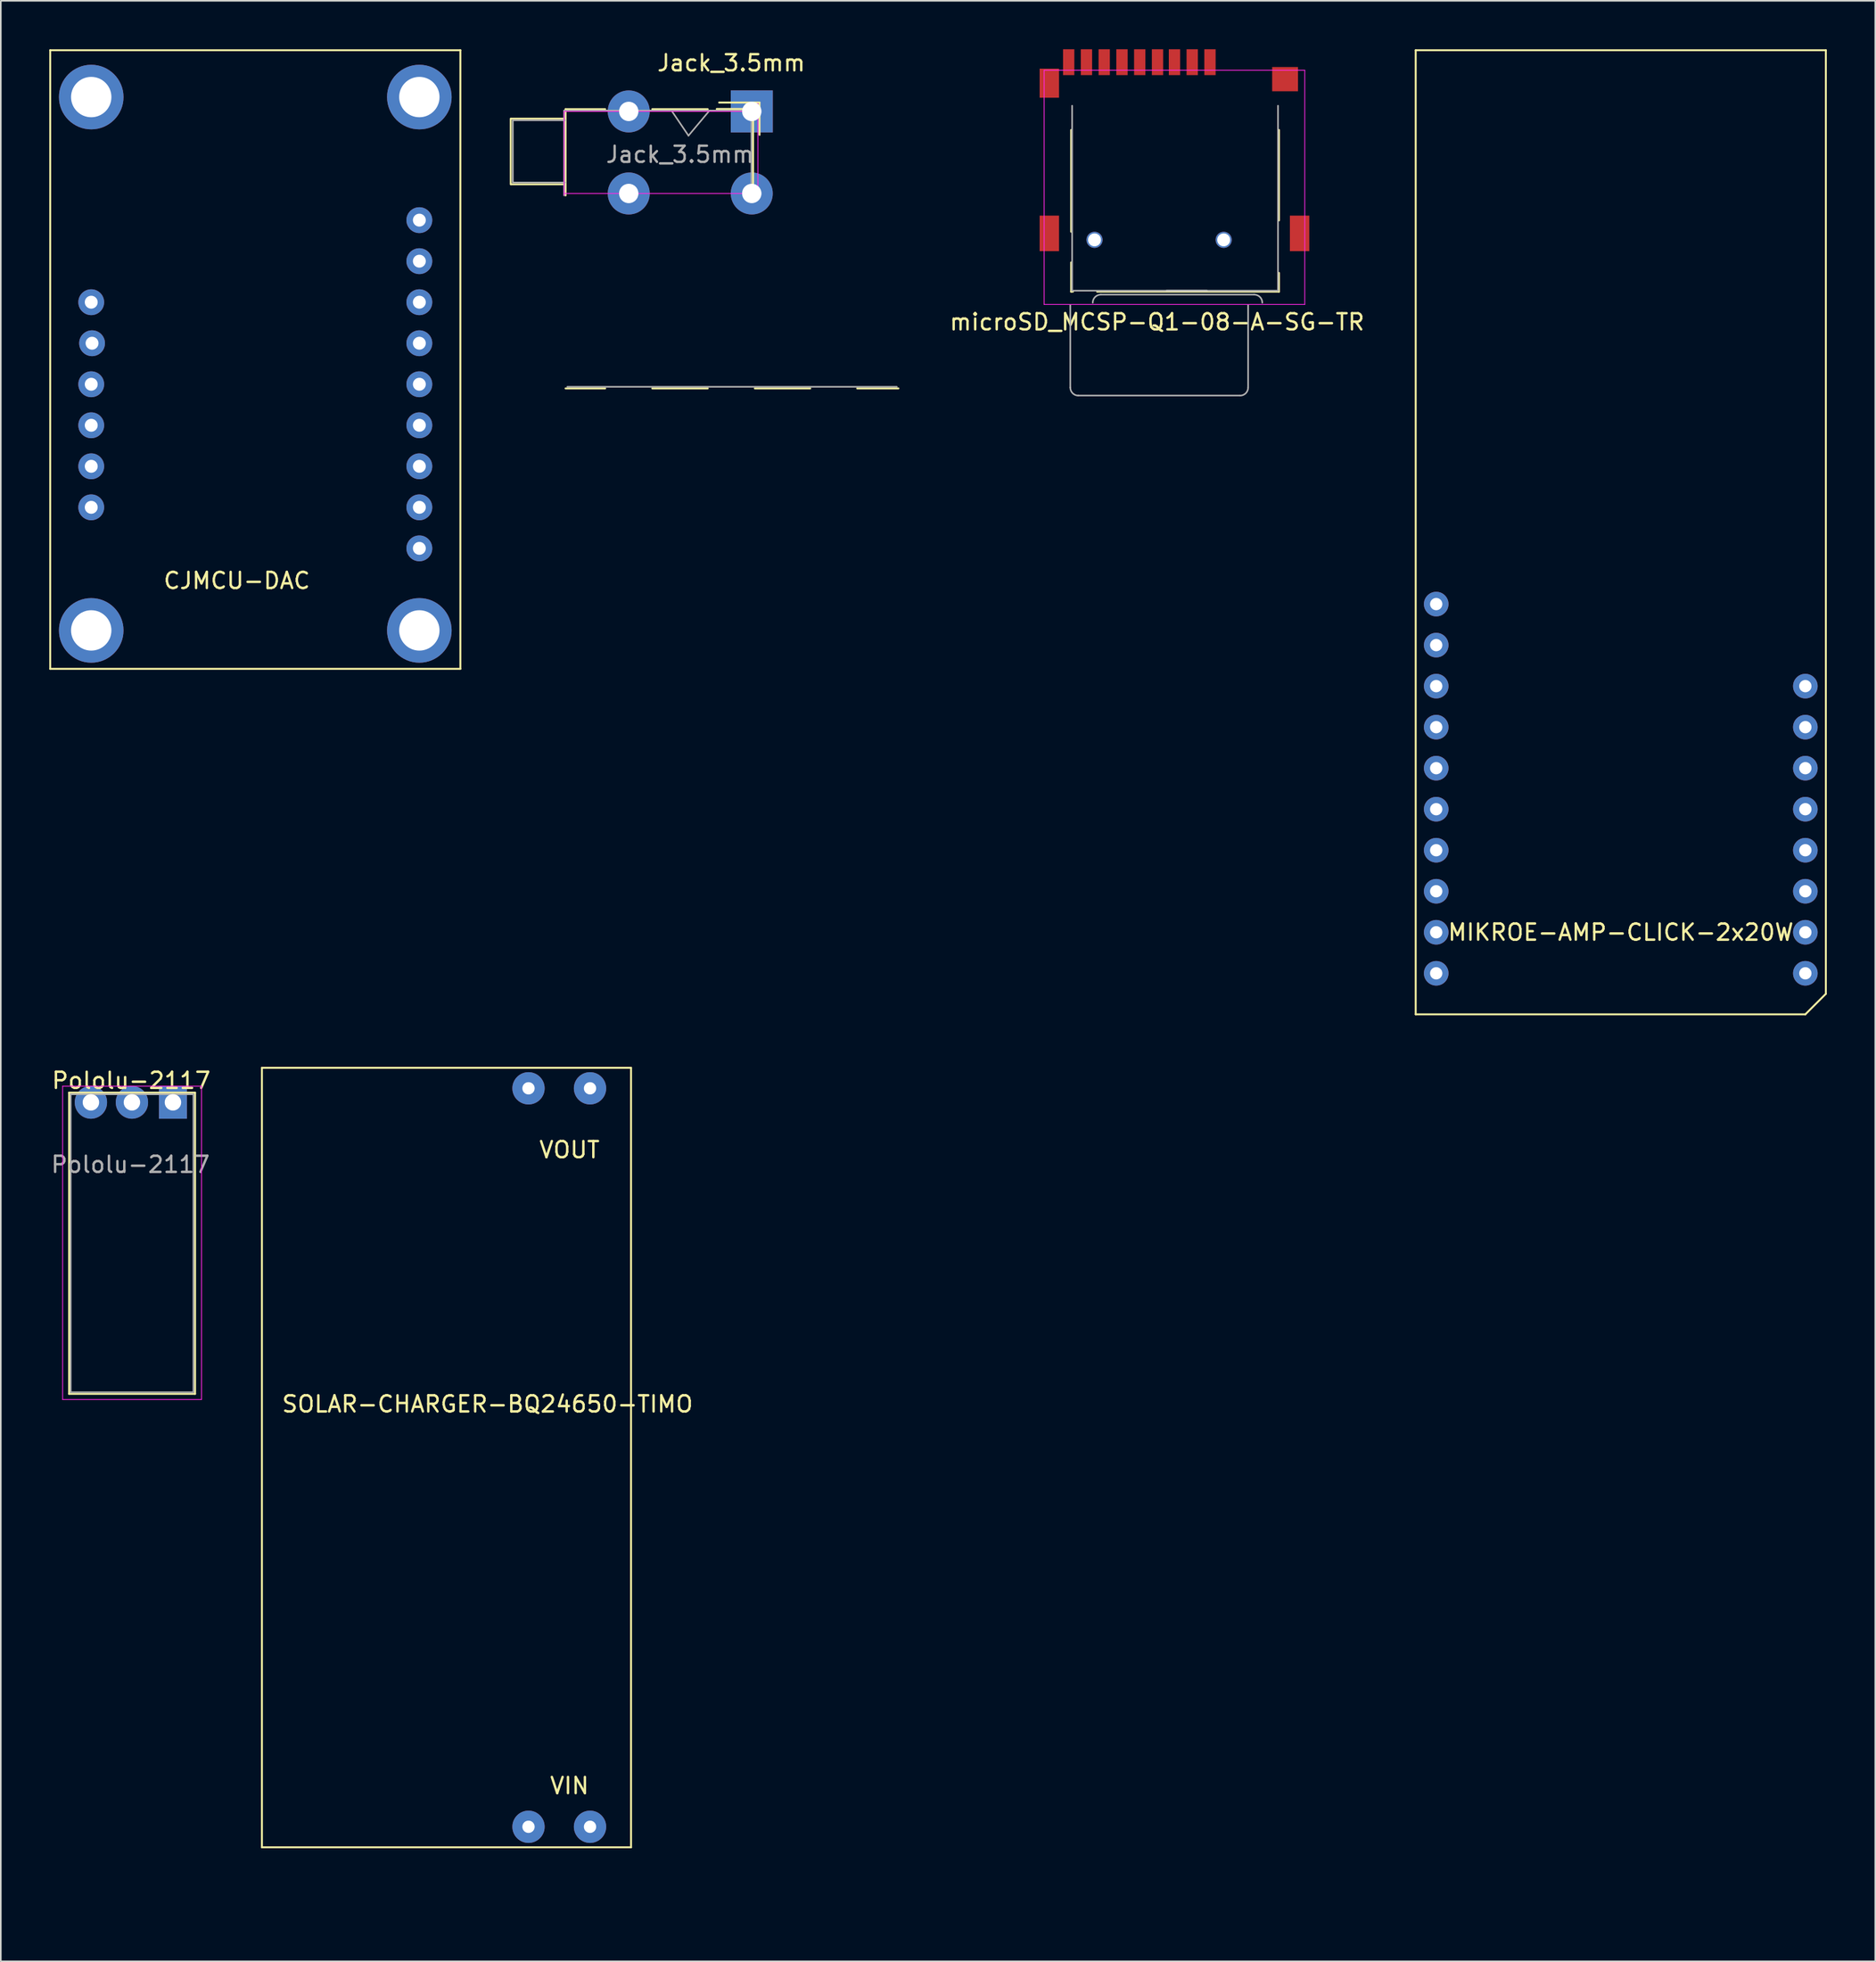
<source format=kicad_pcb>
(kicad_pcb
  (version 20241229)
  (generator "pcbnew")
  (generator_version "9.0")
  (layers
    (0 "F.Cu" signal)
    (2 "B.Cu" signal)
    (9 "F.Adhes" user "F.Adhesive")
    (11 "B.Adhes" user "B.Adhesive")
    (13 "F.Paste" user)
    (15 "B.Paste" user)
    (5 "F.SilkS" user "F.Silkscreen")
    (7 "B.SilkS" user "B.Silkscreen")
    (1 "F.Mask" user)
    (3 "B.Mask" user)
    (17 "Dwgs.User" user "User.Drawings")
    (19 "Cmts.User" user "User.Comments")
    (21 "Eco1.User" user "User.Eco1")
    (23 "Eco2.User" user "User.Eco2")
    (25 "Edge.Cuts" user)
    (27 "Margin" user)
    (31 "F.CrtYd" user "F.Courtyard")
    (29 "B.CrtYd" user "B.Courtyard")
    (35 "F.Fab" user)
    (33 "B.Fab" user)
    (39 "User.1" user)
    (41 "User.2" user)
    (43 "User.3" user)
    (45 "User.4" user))
  (footprint "MIKROE-AMP-CLICK-2x20W"
    (layer "F.Cu")
    (at 85.894 59.75)
    (property "Reference" "MIKROE-AMP-CLICK-2x20W" (at 11.43 -5.08 0) (layer "F.SilkS") (effects (font (size 1 1) (thickness 0.15))))
    (attr through_hole)
    (fp_line (start -1.27 -59.69) (end -1.27 0) (stroke (width 0.12) (type solid)) (layer "F.SilkS"))
    (fp_line (start -1.27 0) (end 22.86 0) (stroke (width 0.12) (type solid)) (layer "F.SilkS"))
    (fp_line (start 22.86 0) (end 24.13 -1.27) (stroke (width 0.12) (type solid)) (layer "F.SilkS"))
    (fp_line (start 24.13 -59.69) (end -1.27 -59.69) (stroke (width 0.12) (type solid)) (layer "F.SilkS"))
    (fp_line (start 24.13 -1.27) (end 24.13 -59.69) (stroke (width 0.12) (type solid)) (layer "F.SilkS"))
    (pad "1" thru_hole circle (at 0 -20.32) (size 1.524 1.524) (drill 0.762) (layers "*.Cu" "*.Mask"))
    (pad "2" thru_hole circle (at 0 -17.78) (size 1.524 1.524) (drill 0.762) (layers "*.Cu" "*.Mask"))
    (pad "3" thru_hole circle (at 0 -15.24) (size 1.524 1.524) (drill 0.762) (layers "*.Cu" "*.Mask"))
    (pad "4" thru_hole circle (at 0 -12.7) (size 1.524 1.524) (drill 0.762) (layers "*.Cu" "*.Mask"))
    (pad "5" thru_hole circle (at 0 -10.16) (size 1.524 1.524) (drill 0.762) (layers "*.Cu" "*.Mask"))
    (pad "6" thru_hole circle (at 0 -7.62) (size 1.524 1.524) (drill 0.762) (layers "*.Cu" "*.Mask"))
    (pad "7" thru_hole circle (at 0 -5.08) (size 1.524 1.524) (drill 0.762) (layers "*.Cu" "*.Mask"))
    (pad "8" thru_hole circle (at 0 -2.54) (size 1.524 1.524) (drill 0.762) (layers "*.Cu" "*.Mask"))
    (pad "9" thru_hole circle (at 22.86 -2.54) (size 1.524 1.524) (drill 0.762) (layers "*.Cu" "*.Mask"))
    (pad "10" thru_hole circle (at 22.86 -5.08) (size 1.524 1.524) (drill 0.762) (layers "*.Cu" "*.Mask"))
    (pad "11" thru_hole circle (at 22.86 -7.62) (size 1.524 1.524) (drill 0.762) (layers "*.Cu" "*.Mask"))
    (pad "12" thru_hole circle (at 22.86 -10.16) (size 1.524 1.524) (drill 0.762) (layers "*.Cu" "*.Mask"))
    (pad "13" thru_hole circle (at 22.86 -12.7) (size 1.524 1.524) (drill 0.762) (layers "*.Cu" "*.Mask"))
    (pad "14" thru_hole circle (at 22.86 -15.24) (size 1.524 1.524) (drill 0.762) (layers "*.Cu" "*.Mask"))
    (pad "15" thru_hole circle (at 22.86 -17.78) (size 1.524 1.524) (drill 0.762) (layers "*.Cu" "*.Mask"))
    (pad "16" thru_hole circle (at 22.86 -20.32) (size 1.524 1.524) (drill 0.762) (layers "*.Cu" "*.Mask"))
    (pad "17" thru_hole circle (at 0 -22.86) (size 1.524 1.524) (drill 0.762) (layers "*.Cu" "*.Mask"))
    (pad "18" thru_hole circle (at 0 -25.4) (size 1.524 1.524) (drill 0.762) (layers "*.Cu" "*.Mask")))
  (footprint "CJMCU-DAC"
    (layer "F.Cu")
    (at 2.6 38.36)
    (property "Reference" "CJMCU-DAC" (at 9.017 -5.461 0) (layer "F.SilkS") (effects (font (size 1 1) (thickness 0.15))))
    (attr through_hole)
    (fp_line (start -2.54 -38.3) (end -2.54 0) (stroke (width 0.12) (type solid)) (layer "F.SilkS"))
    (fp_line (start -2.54 0) (end 22.86 0) (stroke (width 0.12) (type solid)) (layer "F.SilkS"))
    (fp_line (start 22.86 -38.3) (end -2.54 -38.3) (stroke (width 0.12) (type solid)) (layer "F.SilkS"))
    (fp_line (start 22.86 0) (end 22.86 -38.3) (stroke (width 0.12) (type solid)) (layer "F.SilkS"))
    (pad "" np_thru_hole circle (at 0 -35.4) (size 4 4) (drill 2.5) (layers "*.Cu" "*.Mask"))
    (pad "" np_thru_hole circle (at 0 -2.38) (size 4 4) (drill 2.5) (layers "*.Cu" "*.Mask"))
    (pad "" np_thru_hole circle (at 20.32 -35.4) (size 4 4) (drill 2.5) (layers "*.Cu" "*.Mask"))
    (pad "" np_thru_hole circle (at 20.32 -2.38) (size 4 4) (drill 2.5) (layers "*.Cu" "*.Mask"))
    (pad "1" thru_hole circle (at 0 -22.7) (size 1.6 1.6) (drill 0.8) (layers "*.Cu" "*.Mask"))
    (pad "2" thru_hole circle (at 0.051 -20.16) (size 1.6 1.6) (drill 0.8) (layers "*.Cu" "*.Mask"))
    (pad "3" thru_hole circle (at 0 -17.62) (size 1.6 1.6) (drill 0.8) (layers "*.Cu" "*.Mask"))
    (pad "4" thru_hole circle (at 0 -15.08) (size 1.6 1.6) (drill 0.8) (layers "*.Cu" "*.Mask"))
    (pad "5" thru_hole circle (at 0 -12.54) (size 1.6 1.6) (drill 0.8) (layers "*.Cu" "*.Mask"))
    (pad "6" thru_hole circle (at 0 -10) (size 1.6 1.6) (drill 0.8) (layers "*.Cu" "*.Mask"))
    (pad "7" thru_hole circle (at 20.32 -7.46) (size 1.6 1.6) (drill 0.8) (layers "*.Cu" "*.Mask"))
    (pad "8" thru_hole circle (at 20.32 -10) (size 1.6 1.6) (drill 0.8) (layers "*.Cu" "*.Mask"))
    (pad "9" thru_hole circle (at 20.32 -12.54) (size 1.6 1.6) (drill 0.8) (layers "*.Cu" "*.Mask"))
    (pad "10" thru_hole circle (at 20.32 -15.08) (size 1.6 1.6) (drill 0.8) (layers "*.Cu" "*.Mask"))
    (pad "11" thru_hole circle (at 20.32 -17.62) (size 1.6 1.6) (drill 0.8) (layers "*.Cu" "*.Mask"))
    (pad "12" thru_hole circle (at 20.32 -20.16) (size 1.6 1.6) (drill 0.8) (layers "*.Cu" "*.Mask"))
    (pad "13" thru_hole circle (at 20.32 -22.7) (size 1.6 1.6) (drill 0.8) (layers "*.Cu" "*.Mask"))
    (pad "14" thru_hole circle (at 20.32 -25.24) (size 1.6 1.6) (drill 0.8) (layers "*.Cu" "*.Mask"))
    (pad "15" thru_hole circle (at 20.32 -27.78) (size 1.6 1.6) (drill 0.8) (layers "*.Cu" "*.Mask")))
  (footprint "microSD_MCSP-Q1-08-A-SG-TR"
    (layer "F.Cu")
    (at 69.683 11.8)
    (property "Reference" "microSD_MCSP-Q1-08-A-SG-TR" (at -1.078 5.085 180) (layer "F.SilkS") (effects (font (size 1 1) (thickness 0.15))))
    (attr smd)
    (fp_line (start -6.397 -0.503) (end -6.397 -6.803) (stroke (width 0.12) (type solid)) (layer "F.SilkS"))
    (fp_line (start -6.397 3.207) (end -6.397 1.397) (stroke (width 0.12) (type solid)) (layer "F.SilkS"))
    (fp_line (start -6.287 3.207) (end -6.397 3.207) (stroke (width 0.12) (type solid)) (layer "F.SilkS"))
    (fp_line (start 6.473 -1.203) (end 6.473 -6.803) (stroke (width 0.12) (type solid)) (layer "F.SilkS"))
    (fp_line (start 6.473 2.047) (end 6.473 3.207) (stroke (width 0.12) (type solid)) (layer "F.SilkS"))
    (fp_line (start 6.473 3.207) (end -4.787 3.207) (stroke (width 0.12) (type solid)) (layer "F.SilkS"))
    (fp_line (start -0.487 3.147) (end 2.013 3.147) (stroke (width 0.1) (type solid)) (layer "Dwgs.User"))
    (fp_line (start -8.07 -10.5) (end 8.07 -10.5) (stroke (width 0.05) (type solid)) (layer "F.CrtYd"))
    (fp_line (start -8.07 4) (end -8.07 -10.5) (stroke (width 0.05) (type solid)) (layer "F.CrtYd"))
    (fp_line (start 8.07 -10.5) (end 8.07 4) (stroke (width 0.05) (type solid)) (layer "F.CrtYd"))
    (fp_line (start 8.07 4) (end -8.07 4) (stroke (width 0.05) (type solid)) (layer "F.CrtYd"))
    (fp_line (start -6.45 4.038) (end -6.45 9.143) (stroke (width 0.1) (type solid)) (layer "F.Fab"))
    (fp_line (start -6.337 -8.303) (end -6.337 3.147) (stroke (width 0.1) (type solid)) (layer "F.Fab"))
    (fp_line (start -5.963 9.638) (end 4.037 9.638) (stroke (width 0.1) (type solid)) (layer "F.Fab"))
    (fp_line (start -4.559 3.392) (end 4.941 3.392) (stroke (width 0.1) (type solid)) (layer "F.Fab"))
    (fp_line (start 4.563 9.143) (end 4.563 4.038) (stroke (width 0.1) (type solid)) (layer "F.Fab"))
    (fp_line (start 6.413 -8.303) (end 6.413 3.147) (stroke (width 0.1) (type solid)) (layer "F.Fab"))
    (fp_line (start 6.413 3.147) (end -6.337 3.147) (stroke (width 0.1) (type solid)) (layer "F.Fab"))
    (fp_arc (start -5.9498 9.6432) (mid -6.303353 9.496753) (end -6.4498 9.1432) (stroke (width 0.1) (type solid)) (layer "F.Fab"))
    (fp_arc (start -5.0591 3.8916) (mid -4.912653 3.538047) (end -4.5591 3.3916) (stroke (width 0.1) (type solid)) (layer "F.Fab"))
    (fp_arc (start 4.5629 9.1432) (mid 4.416453 9.496753) (end 4.0629 9.6432) (stroke (width 0.1) (type solid)) (layer "F.Fab"))
    (fp_arc (start 4.9409 3.3916) (mid 5.294453 3.538047) (end 5.4409 3.8916) (stroke (width 0.1) (type solid)) (layer "F.Fab"))
    (pad "1" smd rect (at 2.2 -11 180) (size 0.7 1.6) (layers "F.Cu" "F.Mask" "F.Paste"))
    (pad "2" smd rect (at 1.1 -11 180) (size 0.7 1.6) (layers "F.Cu" "F.Mask" "F.Paste"))
    (pad "3" smd rect (at 0 -11 180) (size 0.7 1.6) (layers "F.Cu" "F.Mask" "F.Paste"))
    (pad "4" smd rect (at -1.05 -11 180) (size 0.7 1.6) (layers "F.Cu" "F.Mask" "F.Paste"))
    (pad "5" smd rect (at -2.15 -11 180) (size 0.7 1.6) (layers "F.Cu" "F.Mask" "F.Paste"))
    (pad "6" smd rect (at -3.25 -11 180) (size 0.7 1.6) (layers "F.Cu" "F.Mask" "F.Paste"))
    (pad "7" smd rect (at -4.35 -11 180) (size 0.7 1.6) (layers "F.Cu" "F.Mask" "F.Paste"))
    (pad "8" smd rect (at -5.45 -11 180) (size 0.7 1.6) (layers "F.Cu" "F.Mask" "F.Paste"))
    (pad "9" smd rect (at -6.55 -11 180) (size 0.7 1.6) (layers "F.Cu" "F.Mask" "F.Paste"))
    (pad "10" smd rect (at -7.75 -9.7 180) (size 1.2 1.8) (layers "F.Cu" "F.Mask" "F.Paste"))
    (pad "10" smd rect (at -7.75 -0.4 180) (size 1.2 2.2) (layers "F.Cu" "F.Mask" "F.Paste"))
    (pad "10" smd rect (at 6.85 -9.95 180) (size 1.6 1.5) (layers "F.Cu" "F.Mask" "F.Paste"))
    (pad "10" smd rect (at 7.75 -0.4 180) (size 1.2 2.2) (layers "F.Cu" "F.Mask" "F.Paste"))
    (pad "12" thru_hole circle (at -4.95 0) (size 1 1) (drill 0.8) (layers "*.Cu" "*.Mask"))
    (pad "13" thru_hole circle (at 3.05 0) (size 1 1) (drill 0.8) (layers "*.Cu" "*.Mask")))
  (footprint "SOLAR-CHARGER-BQ24650-TIMO"
    (layer "F.Cu")
    (at 20.79 115.13)
    (property "Reference" "SOLAR-CHARGER-BQ24650-TIMO" (at 6.35 -31.25 0) (layer "F.SilkS") (effects (font (size 1 1) (thickness 0.15))))
    (attr through_hole)
    (fp_line (start -7.62 -52.07) (end -7.62 -3.81) (stroke (width 0.12) (type solid)) (layer "F.SilkS"))
    (fp_line (start -7.62 -3.81) (end 15.24 -3.81) (stroke (width 0.12) (type solid)) (layer "F.SilkS"))
    (fp_line (start 15.24 -52.07) (end -7.62 -52.07) (stroke (width 0.12) (type solid)) (layer "F.SilkS"))
    (fp_line (start 15.24 -3.81) (end 15.24 -52.07) (stroke (width 0.12) (type solid)) (layer "F.SilkS"))
    (fp_text user "VIN" (at 11.43 -7.62 0) (layer "F.SilkS") (effects (font (size 1 1) (thickness 0.15))))
    (fp_text user "VOUT" (at 11.43 -46.99 0) (layer "F.SilkS") (effects (font (size 1 1) (thickness 0.15))))
    (pad "1" thru_hole circle (at 8.89 -5.08) (size 2 2) (drill 0.762) (layers "*.Cu" "*.Mask"))
    (pad "2" thru_hole circle (at 12.7 -5.08) (size 2 2) (drill 0.762) (layers "*.Cu" "*.Mask"))
    (pad "3" thru_hole circle (at 12.7 -50.8) (size 2 2) (drill 0.762) (layers "*.Cu" "*.Mask"))
    (pad "4" thru_hole circle (at 8.89 -50.8) (size 2 2) (drill 0.762) (layers "*.Cu" "*.Mask")))
  (footprint "Jack_3.5mm"
    (layer "F.Cu")
    (at 35.887 3.848)
    (property "Reference" "Jack_3.5mm" (at 6.35 -3 0) (layer "F.SilkS") (effects (font (size 1 1) (thickness 0.15))))
    (attr through_hole)
    (fp_line (start -7.307 0.448) (end -7.307 4.513) (stroke (width 0.12) (type solid)) (layer "F.SilkS"))
    (fp_line (start -4.067 0.448) (end -7.287 0.448) (stroke (width 0.12) (type solid)) (layer "F.SilkS"))
    (fp_line (start -4.067 4.513) (end -7.287 4.513) (stroke (width 0.12) (type solid)) (layer "F.SilkS"))
    (fp_line (start -3.91 -0.14) (end -3.91 5.2) (stroke (width 0.12) (type solid)) (layer "F.SilkS"))
    (fp_line (start -3.91 -0.14) (end -1.46 -0.14) (stroke (width 0.12) (type solid)) (layer "F.SilkS"))
    (fp_line (start -3.91 17.15) (end -1.46 17.15) (stroke (width 0.12) (type solid)) (layer "F.SilkS"))
    (fp_line (start 1.46 -0.14) (end 4.89 -0.14) (stroke (width 0.12) (type solid)) (layer "F.SilkS"))
    (fp_line (start 4.89 17.15) (end 1.46 17.15) (stroke (width 0.12) (type solid)) (layer "F.SilkS"))
    (fp_line (start 5.45 -0.15) (end 7.7 -0.15) (stroke (width 0.12) (type solid)) (layer "F.SilkS"))
    (fp_line (start 7.7 -0.15) (end 7.7 5.2) (stroke (width 0.12) (type solid)) (layer "F.SilkS"))
    (fp_line (start 8.1 -0.55) (end 5.6 -0.55) (stroke (width 0.12) (type solid)) (layer "F.SilkS"))
    (fp_line (start 8.1 1.45) (end 8.1 -0.55) (stroke (width 0.12) (type solid)) (layer "F.SilkS"))
    (fp_line (start 11.24 17.15) (end 7.81 17.15) (stroke (width 0.12) (type solid)) (layer "F.SilkS"))
    (fp_line (start 16.7 17.15) (end 14.15 17.15) (stroke (width 0.12) (type solid)) (layer "F.SilkS"))
    (fp_line (start -4 0) (end -4 5.2) (stroke (width 0.05) (type solid)) (layer "F.CrtYd"))
    (fp_line (start -4 5.08) (end 8 5.08) (stroke (width 0.05) (type solid)) (layer "F.CrtYd"))
    (fp_line (start 8 -0.5) (end 8 5.2) (stroke (width 0.05) (type solid)) (layer "F.CrtYd"))
    (fp_line (start 8 0) (end -4 0) (stroke (width 0.05) (type solid)) (layer "F.CrtYd"))
    (fp_line (start -7.177 0.548) (end -7.177 4.403) (stroke (width 0.1) (type solid)) (layer "F.Fab"))
    (fp_line (start -7.177 4.403) (end -3.927 4.403) (stroke (width 0.1) (type solid)) (layer "F.Fab"))
    (fp_line (start -4 -0.05) (end 7.6 -0.05) (stroke (width 0.1) (type solid)) (layer "F.Fab"))
    (fp_line (start -4 5.2) (end -4 -0.05) (stroke (width 0.1) (type solid)) (layer "F.Fab"))
    (fp_line (start -3.927 0.548) (end -7.177 0.548) (stroke (width 0.1) (type solid)) (layer "F.Fab"))
    (fp_line (start 3.7 1.5) (end 2.65 -0.05) (stroke (width 0.1) (type solid)) (layer "F.Fab"))
    (fp_line (start 5 -0.05) (end 3.7 1.5) (stroke (width 0.1) (type solid)) (layer "F.Fab"))
    (fp_line (start 7.6 -0.05) (end 7.6 5.2) (stroke (width 0.1) (type solid)) (layer "F.Fab"))
    (fp_line (start 16.6 17.05) (end -3.8 17.05) (stroke (width 0.1) (type solid)) (layer "F.Fab"))
    (fp_text user "${REFERENCE}" (at 3.175 2.667 0) (layer "F.Fab") (effects (font (size 1 1) (thickness 0.15))))
    (pad "R" thru_hole circle (at 7.62 5.08) (size 2.6 2.6) (drill 1.2) (layers "*.Cu" "*.Mask"))
    (pad "S" thru_hole rect (at 7.62 0) (size 2.6 2.6) (drill 1.2) (layers "*.Cu" "*.Mask"))
    (pad "T" thru_hole circle (at 0 0) (size 2.6 2.6) (drill 1.2) (layers "*.Cu" "*.Mask"))
    (pad "T" thru_hole circle (at 0 5.08) (size 2.6 2.6) (drill 1.2) (layers "*.Cu" "*.Mask")))
  (footprint "Pololu-2117"
    (layer "F.Cu")
    (at 2.58 67.248)
    (property "Reference" "Pololu-2117" (at 2.5 -3.4 0) (layer "F.SilkS") (effects (font (size 1 1) (thickness 0.15))))
    (attr through_hole)
    (fp_line (start -1.35 -2.65) (end 6.45 -2.65) (stroke (width 0.12) (type solid)) (layer "F.SilkS"))
    (fp_line (start -1.35 16) (end -1.35 -2.65) (stroke (width 0.12) (type solid)) (layer "F.SilkS"))
    (fp_line (start 6.45 -2.65) (end 6.45 16) (stroke (width 0.12) (type solid)) (layer "F.SilkS"))
    (fp_line (start 6.45 16) (end -1.35 16) (stroke (width 0.12) (type solid)) (layer "F.SilkS"))
    (fp_line (start -1.75 16.35) (end -1.75 -3.05) (stroke (width 0.05) (type solid)) (layer "F.CrtYd"))
    (fp_line (start -1.75 16.35) (end 6.85 16.35) (stroke (width 0.05) (type solid)) (layer "F.CrtYd"))
    (fp_line (start 6.85 -3.05) (end -1.75 -3.05) (stroke (width 0.05) (type solid)) (layer "F.CrtYd"))
    (fp_line (start 6.85 -3.05) (end 6.85 16.35) (stroke (width 0.05) (type solid)) (layer "F.CrtYd"))
    (fp_line (start -1.25 -2.55) (end 6.35 -2.55) (stroke (width 0.1) (type solid)) (layer "F.Fab"))
    (fp_line (start -1.25 15.9) (end -1.25 -2.55) (stroke (width 0.1) (type solid)) (layer "F.Fab"))
    (fp_line (start 6.35 -2.55) (end 6.35 15.9) (stroke (width 0.1) (type solid)) (layer "F.Fab"))
    (fp_line (start 6.35 15.9) (end -1.25 15.9) (stroke (width 0.1) (type solid)) (layer "F.Fab"))
    (fp_text user "${REFERENCE}" (at 2.45 1.8 0) (layer "F.Fab") (effects (font (size 1 1) (thickness 0.15))))
    (pad "1" thru_hole rect (at 5.08 -2.05 90) (size 2.03 1.73) (drill 1.02) (layers "*.Cu" "*.Mask"))
    (pad "2" thru_hole oval (at 2.54 -2.05 90) (size 2.03 2) (drill 1.02) (layers "*.Cu" "*.Mask"))
    (pad "3" thru_hole oval (at 0 -2.05 90) (size 2.03 2) (drill 1.02) (layers "*.Cu" "*.Mask")))
  (gr_rect
    (start -3 -3)
    (end 113.084 118.38)
    (stroke (width 0.1) (type default))
    (fill no)
    (layer "Edge.Cuts")))
</source>
